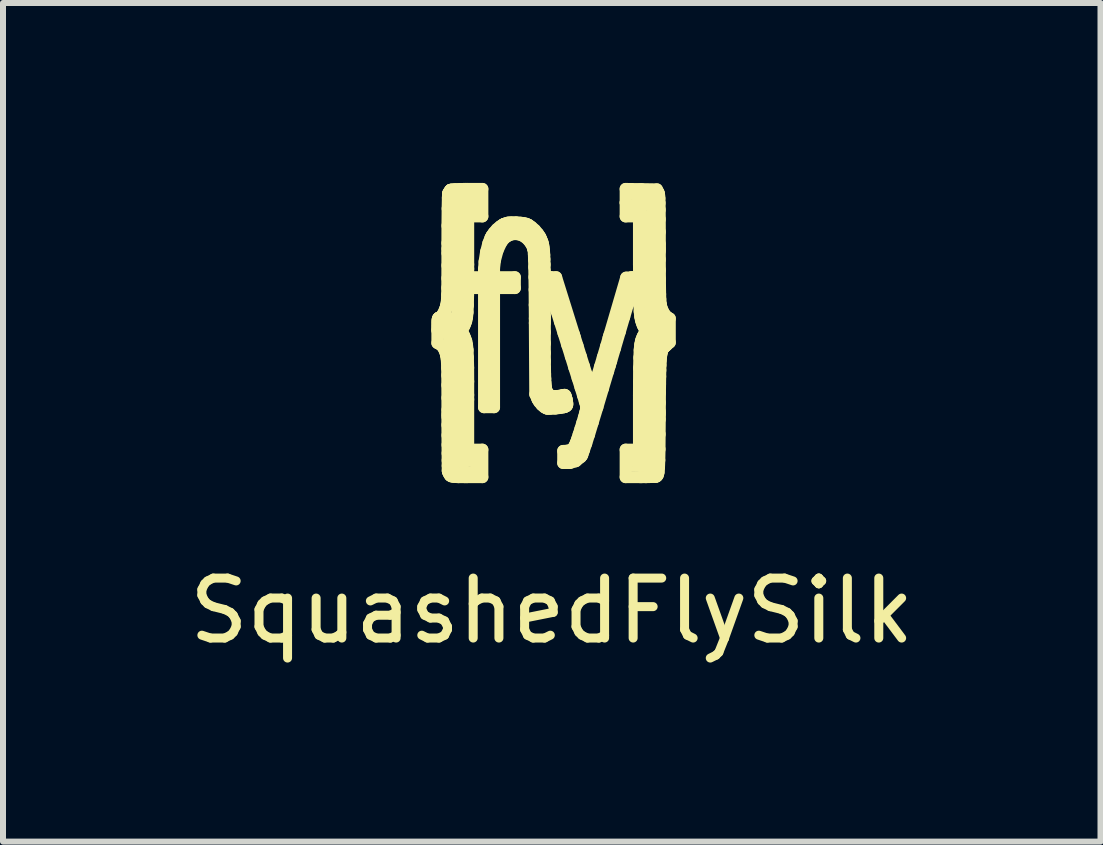
<source format=kicad_pcb>
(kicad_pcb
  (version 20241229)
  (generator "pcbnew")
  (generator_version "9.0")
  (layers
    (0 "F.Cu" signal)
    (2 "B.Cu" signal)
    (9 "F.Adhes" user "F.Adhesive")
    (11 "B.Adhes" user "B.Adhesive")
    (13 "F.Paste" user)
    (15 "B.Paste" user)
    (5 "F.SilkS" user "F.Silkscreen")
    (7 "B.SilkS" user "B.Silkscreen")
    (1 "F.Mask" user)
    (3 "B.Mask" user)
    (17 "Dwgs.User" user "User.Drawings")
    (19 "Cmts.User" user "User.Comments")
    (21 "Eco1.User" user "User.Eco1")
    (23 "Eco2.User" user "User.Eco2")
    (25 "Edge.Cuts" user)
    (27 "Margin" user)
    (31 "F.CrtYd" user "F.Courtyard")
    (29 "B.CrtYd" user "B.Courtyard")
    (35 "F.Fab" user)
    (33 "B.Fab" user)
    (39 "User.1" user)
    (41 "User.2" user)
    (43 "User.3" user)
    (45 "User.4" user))
  (footprint "SquashedFlySilk"
    (layer "F.Cu")
    (at 6.149 2.423)
    (property "Reference" "SquashedFlySilk" (at 0 4.71 0) (layer "F.SilkS") (effects (font (size 1 1) (thickness 0.15))))
    (attr board_only exclude_from_pos_files exclude_from_bom)
    (fp_line (start -1.907 0.023) (end -1.907 0.039) (stroke (width 0.2) (type solid)) (layer "F.SilkS"))
    (fp_line (start -1.907 0.039) (end -1.907 0.246) (stroke (width 0.2) (type solid)) (layer "F.SilkS"))
    (fp_line (start -1.907 0.246) (end -1.872 0.263) (stroke (width 0.2) (type solid)) (layer "F.SilkS"))
    (fp_line (start -1.907 -0.026) (end -1.907 0.023) (stroke (width 0.2) (type solid)) (layer "F.SilkS"))
    (fp_line (start -1.906 -0.075) (end -1.907 -0.026) (stroke (width 0.2) (type solid)) (layer "F.SilkS"))
    (fp_line (start -1.905 -0.113) (end -1.906 -0.075) (stroke (width 0.2) (type solid)) (layer "F.SilkS"))
    (fp_line (start -1.903 -0.139) (end -1.905 -0.113) (stroke (width 0.2) (type solid)) (layer "F.SilkS"))
    (fp_line (start -1.899 -0.156) (end -1.903 -0.139) (stroke (width 0.2) (type solid)) (layer "F.SilkS"))
    (fp_line (start -1.894 -0.167) (end -1.899 -0.156) (stroke (width 0.2) (type solid)) (layer "F.SilkS"))
    (fp_line (start -1.888 -0.174) (end -1.894 -0.167) (stroke (width 0.2) (type solid)) (layer "F.SilkS"))
    (fp_line (start -1.881 -0.177) (end -1.888 -0.174) (stroke (width 0.2) (type solid)) (layer "F.SilkS"))
    (fp_line (start -1.879 -0.177) (end -1.881 -0.177) (stroke (width 0.2) (type solid)) (layer "F.SilkS"))
    (fp_line (start -1.872 0.263) (end -1.863 0.267) (stroke (width 0.2) (type solid)) (layer "F.SilkS"))
    (fp_line (start -1.871 -0.18) (end -1.879 -0.177) (stroke (width 0.2) (type solid)) (layer "F.SilkS"))
    (fp_line (start -1.863 0.267) (end -1.84 0.285) (stroke (width 0.2) (type solid)) (layer "F.SilkS"))
    (fp_line (start -1.849 -0.197) (end -1.871 -0.18) (stroke (width 0.2) (type solid)) (layer "F.SilkS"))
    (fp_line (start -1.84 0.285) (end -1.811 0.322) (stroke (width 0.2) (type solid)) (layer "F.SilkS"))
    (fp_line (start -1.819 -0.234) (end -1.849 -0.197) (stroke (width 0.2) (type solid)) (layer "F.SilkS"))
    (fp_line (start -1.811 0.322) (end -1.785 0.373) (stroke (width 0.2) (type solid)) (layer "F.SilkS"))
    (fp_line (start -1.791 -0.288) (end -1.819 -0.234) (stroke (width 0.2) (type solid)) (layer "F.SilkS"))
    (fp_line (start -1.785 0.373) (end -1.767 0.423) (stroke (width 0.2) (type solid)) (layer "F.SilkS"))
    (fp_line (start -1.78 0.07) (end -1.71 0.32) (stroke (width 0.12) (type solid)) (layer "F.SilkS"))
    (fp_line (start -1.772 -0.337) (end -1.791 -0.288) (stroke (width 0.2) (type solid)) (layer "F.SilkS"))
    (fp_line (start -1.767 0.423) (end -1.762 0.439) (stroke (width 0.2) (type solid)) (layer "F.SilkS"))
    (fp_line (start -1.766 -0.354) (end -1.772 -0.337) (stroke (width 0.2) (type solid)) (layer "F.SilkS"))
    (fp_line (start -1.764 -0.361) (end -1.766 -0.354) (stroke (width 0.2) (type solid)) (layer "F.SilkS"))
    (fp_line (start -1.762 0.439) (end -1.76 0.446) (stroke (width 0.2) (type solid)) (layer "F.SilkS"))
    (fp_line (start -1.76 0.446) (end -1.756 0.468) (stroke (width 0.2) (type solid)) (layer "F.SilkS"))
    (fp_line (start -1.758 -0.384) (end -1.764 -0.361) (stroke (width 0.2) (type solid)) (layer "F.SilkS"))
    (fp_line (start -1.756 0.468) (end -1.751 0.51) (stroke (width 0.2) (type solid)) (layer "F.SilkS"))
    (fp_line (start -1.752 -0.422) (end -1.758 -0.384) (stroke (width 0.2) (type solid)) (layer "F.SilkS"))
    (fp_line (start -1.751 0.51) (end -1.747 0.572) (stroke (width 0.2) (type solid)) (layer "F.SilkS"))
    (fp_line (start -1.747 -0.477) (end -1.752 -0.422) (stroke (width 0.2) (type solid)) (layer "F.SilkS"))
    (fp_line (start -1.747 0.572) (end -1.744 0.661) (stroke (width 0.2) (type solid)) (layer "F.SilkS"))
    (fp_line (start -1.744 -0.558) (end -1.747 -0.477) (stroke (width 0.2) (type solid)) (layer "F.SilkS"))
    (fp_line (start -1.744 0.661) (end -1.742 0.784) (stroke (width 0.2) (type solid)) (layer "F.SilkS"))
    (fp_line (start -1.742 0.784) (end -1.741 0.948) (stroke (width 0.2) (type solid)) (layer "F.SilkS"))
    (fp_line (start -1.742 -0.674) (end -1.744 -0.558) (stroke (width 0.2) (type solid)) (layer "F.SilkS"))
    (fp_line (start -1.741 0.948) (end -1.74 1.16) (stroke (width 0.2) (type solid)) (layer "F.SilkS"))
    (fp_line (start -1.741 -0.834) (end -1.742 -0.674) (stroke (width 0.2) (type solid)) (layer "F.SilkS"))
    (fp_line (start -1.74 -1.047) (end -1.741 -0.834) (stroke (width 0.2) (type solid)) (layer "F.SilkS"))
    (fp_line (start -1.74 1.16) (end -1.74 1.361) (stroke (width 0.2) (type solid)) (layer "F.SilkS"))
    (fp_line (start -1.74 -1.42) (end -1.74 -1.323) (stroke (width 0.2) (type solid)) (layer "F.SilkS"))
    (fp_line (start -1.74 -1.323) (end -1.74 -1.254) (stroke (width 0.2) (type solid)) (layer "F.SilkS"))
    (fp_line (start -1.74 -1.254) (end -1.74 -1.047) (stroke (width 0.2) (type solid)) (layer "F.SilkS"))
    (fp_line (start -1.74 1.361) (end -1.74 1.428) (stroke (width 0.2) (type solid)) (layer "F.SilkS"))
    (fp_line (start -1.74 1.428) (end -1.74 1.474) (stroke (width 0.2) (type solid)) (layer "F.SilkS"))
    (fp_line (start -1.74 1.474) (end -1.74 1.612) (stroke (width 0.2) (type solid)) (layer "F.SilkS"))
    (fp_line (start -1.74 1.612) (end -1.739 1.785) (stroke (width 0.2) (type solid)) (layer "F.SilkS"))
    (fp_line (start -1.739 1.785) (end -1.738 1.944) (stroke (width 0.2) (type solid)) (layer "F.SilkS"))
    (fp_line (start -1.739 -1.71) (end -1.74 -1.42) (stroke (width 0.2) (type solid)) (layer "F.SilkS"))
    (fp_line (start -1.738 1.944) (end -1.737 2.084) (stroke (width 0.2) (type solid)) (layer "F.SilkS"))
    (fp_line (start -1.737 2.084) (end -1.736 2.202) (stroke (width 0.2) (type solid)) (layer "F.SilkS"))
    (fp_line (start -1.736 -1.995) (end -1.739 -1.71) (stroke (width 0.2) (type solid)) (layer "F.SilkS"))
    (fp_line (start -1.736 2.202) (end -1.735 2.294) (stroke (width 0.2) (type solid)) (layer "F.SilkS"))
    (fp_line (start -1.735 2.294) (end -1.733 2.355) (stroke (width 0.2) (type solid)) (layer "F.SilkS"))
    (fp_line (start -1.733 2.355) (end -1.733 2.376) (stroke (width 0.2) (type solid)) (layer "F.SilkS"))
    (fp_line (start -1.733 2.376) (end -1.732 2.382) (stroke (width 0.2) (type solid)) (layer "F.SilkS"))
    (fp_line (start -1.732 -2.176) (end -1.736 -1.995) (stroke (width 0.2) (type solid)) (layer "F.SilkS"))
    (fp_line (start -1.732 2.382) (end -1.731 2.388) (stroke (width 0.2) (type solid)) (layer "F.SilkS"))
    (fp_line (start -1.731 2.388) (end -1.718 2.421) (stroke (width 0.2) (type solid)) (layer "F.SilkS"))
    (fp_line (start -1.728 -2.243) (end -1.732 -2.176) (stroke (width 0.2) (type solid)) (layer "F.SilkS"))
    (fp_line (start -1.726 -2.25) (end -1.728 -2.243) (stroke (width 0.2) (type solid)) (layer "F.SilkS"))
    (fp_line (start -1.724 -2.255) (end -1.726 -2.25) (stroke (width 0.2) (type solid)) (layer "F.SilkS"))
    (fp_line (start -1.718 2.421) (end -1.699 2.449) (stroke (width 0.2) (type solid)) (layer "F.SilkS"))
    (fp_line (start -1.71 0.32) (end -1.67 -0.2) (stroke (width 0.12) (type solid)) (layer "F.SilkS"))
    (fp_line (start -1.709 -2.282) (end -1.724 -2.255) (stroke (width 0.2) (type solid)) (layer "F.SilkS"))
    (fp_line (start -1.699 2.449) (end -1.696 2.453) (stroke (width 0.2) (type solid)) (layer "F.SilkS"))
    (fp_line (start -1.696 2.453) (end -1.691 2.458) (stroke (width 0.2) (type solid)) (layer "F.SilkS"))
    (fp_line (start -1.692 -2.304) (end -1.709 -2.282) (stroke (width 0.2) (type solid)) (layer "F.SilkS"))
    (fp_line (start -1.691 2.458) (end -1.675 2.469) (stroke (width 0.2) (type solid)) (layer "F.SilkS"))
    (fp_line (start -1.689 -2.307) (end -1.692 -2.304) (stroke (width 0.2) (type solid)) (layer "F.SilkS"))
    (fp_line (start -1.689 -2.307) (end -1.689 -2.307) (stroke (width 0.2) (type solid)) (layer "F.SilkS"))
    (fp_line (start -1.684 -2.309) (end -1.689 -2.307) (stroke (width 0.2) (type solid)) (layer "F.SilkS"))
    (fp_line (start -1.675 2.469) (end -1.635 2.478) (stroke (width 0.2) (type solid)) (layer "F.SilkS"))
    (fp_line (start -1.67 -0.2) (end -1.67 0.61) (stroke (width 0.12) (type solid)) (layer "F.SilkS"))
    (fp_line (start -1.664 -2.314) (end -1.684 -2.309) (stroke (width 0.2) (type solid)) (layer "F.SilkS"))
    (fp_line (start -1.635 2.478) (end -1.556 2.482) (stroke (width 0.2) (type solid)) (layer "F.SilkS"))
    (fp_line (start -1.62 -2.19) (end -1.6 2.38) (stroke (width 0.12) (type solid)) (layer "F.SilkS"))
    (fp_line (start -1.612 -2.319) (end -1.664 -2.314) (stroke (width 0.2) (type solid)) (layer "F.SilkS"))
    (fp_line (start -1.6 2.38) (end -1.28 2.35) (stroke (width 0.12) (type solid)) (layer "F.SilkS"))
    (fp_line (start -1.556 2.482) (end -1.449 2.482) (stroke (width 0.2) (type solid)) (layer "F.SilkS"))
    (fp_line (start -1.529 -2.322) (end -1.612 -2.319) (stroke (width 0.2) (type solid)) (layer "F.SilkS"))
    (fp_line (start -1.52 -2.1) (end -1.46 -2) (stroke (width 0.12) (type solid)) (layer "F.SilkS"))
    (fp_line (start -1.52 2.18) (end -1.52 -2.1) (stroke (width 0.12) (type solid)) (layer "F.SilkS"))
    (fp_line (start -1.504 0.041) (end -1.469 -0.02) (stroke (width 0.2) (type solid)) (layer "F.SilkS"))
    (fp_line (start -1.5 2.14) (end -1.5 2.28) (stroke (width 0.12) (type solid)) (layer "F.SilkS"))
    (fp_line (start -1.5 2.28) (end -1.35 2.24) (stroke (width 0.12) (type solid)) (layer "F.SilkS"))
    (fp_line (start -1.47 -2.2) (end -1.62 -2.19) (stroke (width 0.12) (type solid)) (layer "F.SilkS"))
    (fp_line (start -1.469 -0.02) (end -1.463 -0.032) (stroke (width 0.2) (type solid)) (layer "F.SilkS"))
    (fp_line (start -1.469 0.109) (end -1.504 0.041) (stroke (width 0.2) (type solid)) (layer "F.SilkS"))
    (fp_line (start -1.463 -0.032) (end -1.445 -0.067) (stroke (width 0.2) (type solid)) (layer "F.SilkS"))
    (fp_line (start -1.463 0.121) (end -1.469 0.109) (stroke (width 0.2) (type solid)) (layer "F.SilkS"))
    (fp_line (start -1.46 -2) (end -1.78 0.07) (stroke (width 0.12) (type solid)) (layer "F.SilkS"))
    (fp_line (start -1.45 2.21) (end -1.52 2.18) (stroke (width 0.12) (type solid)) (layer "F.SilkS"))
    (fp_line (start -1.449 2.482) (end -1.414 2.482) (stroke (width 0.2) (type solid)) (layer "F.SilkS"))
    (fp_line (start -1.445 -0.067) (end -1.427 -0.116) (stroke (width 0.2) (type solid)) (layer "F.SilkS"))
    (fp_line (start -1.445 0.159) (end -1.463 0.121) (stroke (width 0.2) (type solid)) (layer "F.SilkS"))
    (fp_line (start -1.44 -2.323) (end -1.529 -2.322) (stroke (width 0.2) (type solid)) (layer "F.SilkS"))
    (fp_line (start -1.427 -0.116) (end -1.413 -0.179) (stroke (width 0.2) (type solid)) (layer "F.SilkS"))
    (fp_line (start -1.426 0.211) (end -1.445 0.159) (stroke (width 0.2) (type solid)) (layer "F.SilkS"))
    (fp_line (start -1.414 2.482) (end -1.157 2.482) (stroke (width 0.2) (type solid)) (layer "F.SilkS"))
    (fp_line (start -1.413 -0.179) (end -1.404 -0.265) (stroke (width 0.2) (type solid)) (layer "F.SilkS"))
    (fp_line (start -1.413 0.275) (end -1.426 0.211) (stroke (width 0.2) (type solid)) (layer "F.SilkS"))
    (fp_line (start -1.411 -2.323) (end -1.44 -2.323) (stroke (width 0.2) (type solid)) (layer "F.SilkS"))
    (fp_line (start -1.404 -0.265) (end -1.398 -0.386) (stroke (width 0.2) (type solid)) (layer "F.SilkS"))
    (fp_line (start -1.403 0.363) (end -1.413 0.275) (stroke (width 0.2) (type solid)) (layer "F.SilkS"))
    (fp_line (start -1.398 -0.386) (end -1.395 -0.553) (stroke (width 0.2) (type solid)) (layer "F.SilkS"))
    (fp_line (start -1.398 0.487) (end -1.403 0.363) (stroke (width 0.2) (type solid)) (layer "F.SilkS"))
    (fp_line (start -1.395 -0.553) (end -1.393 -0.775) (stroke (width 0.2) (type solid)) (layer "F.SilkS"))
    (fp_line (start -1.394 0.658) (end -1.398 0.487) (stroke (width 0.2) (type solid)) (layer "F.SilkS"))
    (fp_line (start -1.393 -0.775) (end -1.393 -0.991) (stroke (width 0.2) (type solid)) (layer "F.SilkS"))
    (fp_line (start -1.393 0.887) (end -1.394 0.658) (stroke (width 0.2) (type solid)) (layer "F.SilkS"))
    (fp_line (start -1.393 -1.865) (end -1.157 -1.865) (stroke (width 0.2) (type solid)) (layer "F.SilkS"))
    (fp_line (start -1.393 -1.063) (end -1.393 -1.865) (stroke (width 0.2) (type solid)) (layer "F.SilkS"))
    (fp_line (start -1.393 -0.991) (end -1.393 -1.063) (stroke (width 0.2) (type solid)) (layer "F.SilkS"))
    (fp_line (start -1.393 1.112) (end -1.393 0.887) (stroke (width 0.2) (type solid)) (layer "F.SilkS"))
    (fp_line (start -1.393 1.187) (end -1.393 1.112) (stroke (width 0.2) (type solid)) (layer "F.SilkS"))
    (fp_line (start -1.393 2.024) (end -1.393 1.187) (stroke (width 0.2) (type solid)) (layer "F.SilkS"))
    (fp_line (start -1.39 -1.95) (end -1.47 -2.2) (stroke (width 0.12) (type solid)) (layer "F.SilkS"))
    (fp_line (start -1.38 -2.29) (end -1.39 -1.95) (stroke (width 0.12) (type solid)) (layer "F.SilkS"))
    (fp_line (start -1.351 -0.851) (end -1.351 -0.67) (stroke (width 0.2) (type solid)) (layer "F.SilkS"))
    (fp_line (start -1.351 -0.67) (end -1.129 -0.67) (stroke (width 0.2) (type solid)) (layer "F.SilkS"))
    (fp_line (start -1.35 2.24) (end -1.45 2.21) (stroke (width 0.12) (type solid)) (layer "F.SilkS"))
    (fp_line (start -1.29 -2.27) (end -1.29 -1.98) (stroke (width 0.12) (type solid)) (layer "F.SilkS"))
    (fp_line (start -1.29 -1.98) (end -1.38 -2.29) (stroke (width 0.12) (type solid)) (layer "F.SilkS"))
    (fp_line (start -1.28 2.14) (end -1.5 2.14) (stroke (width 0.12) (type solid)) (layer "F.SilkS"))
    (fp_line (start -1.28 2.35) (end -1.28 2.14) (stroke (width 0.12) (type solid)) (layer "F.SilkS"))
    (fp_line (start -1.157 -2.323) (end -1.411 -2.323) (stroke (width 0.2) (type solid)) (layer "F.SilkS"))
    (fp_line (start -1.157 -1.865) (end -1.157 -2.323) (stroke (width 0.2) (type solid)) (layer "F.SilkS"))
    (fp_line (start -1.157 2.024) (end -1.393 2.024) (stroke (width 0.2) (type solid)) (layer "F.SilkS"))
    (fp_line (start -1.157 2.482) (end -1.157 2.024) (stroke (width 0.2) (type solid)) (layer "F.SilkS"))
    (fp_line (start -1.129 -0.987) (end -1.129 -0.945) (stroke (width 0.2) (type solid)) (layer "F.SilkS"))
    (fp_line (start -1.129 -0.945) (end -1.129 -0.851) (stroke (width 0.2) (type solid)) (layer "F.SilkS"))
    (fp_line (start -1.129 -0.851) (end -1.351 -0.851) (stroke (width 0.2) (type solid)) (layer "F.SilkS"))
    (fp_line (start -1.129 -0.67) (end -1.129 1.316) (stroke (width 0.2) (type solid)) (layer "F.SilkS"))
    (fp_line (start -1.129 1.316) (end -0.962 1.316) (stroke (width 0.2) (type solid)) (layer "F.SilkS"))
    (fp_line (start -1.12 -1.111) (end -1.129 -0.987) (stroke (width 0.2) (type solid)) (layer "F.SilkS"))
    (fp_line (start -1.095 -1.273) (end -1.12 -1.111) (stroke (width 0.2) (type solid)) (layer "F.SilkS"))
    (fp_line (start -1.057 -1.418) (end -1.095 -1.273) (stroke (width 0.2) (type solid)) (layer "F.SilkS"))
    (fp_line (start -1.04 -0.91) (end -0.88 -1.55) (stroke (width 0.12) (type solid)) (layer "F.SilkS"))
    (fp_line (start -1.03 -0.5) (end -1.04 -0.91) (stroke (width 0.12) (type solid)) (layer "F.SilkS"))
    (fp_line (start -1.023 -1.505) (end -1.057 -1.418) (stroke (width 0.2) (type solid)) (layer "F.SilkS"))
    (fp_line (start -1.008 -1.532) (end -1.023 -1.505) (stroke (width 0.2) (type solid)) (layer "F.SilkS"))
    (fp_line (start -0.999 -1.549) (end -1.008 -1.532) (stroke (width 0.2) (type solid)) (layer "F.SilkS"))
    (fp_line (start -0.965 -1.597) (end -0.999 -1.549) (stroke (width 0.2) (type solid)) (layer "F.SilkS"))
    (fp_line (start -0.962 -0.999) (end -0.947 -1.133) (stroke (width 0.2) (type solid)) (layer "F.SilkS"))
    (fp_line (start -0.962 -0.954) (end -0.962 -0.999) (stroke (width 0.2) (type solid)) (layer "F.SilkS"))
    (fp_line (start -0.962 -0.851) (end -0.962 -0.954) (stroke (width 0.2) (type solid)) (layer "F.SilkS"))
    (fp_line (start -0.962 -0.67) (end -0.615 -0.67) (stroke (width 0.2) (type solid)) (layer "F.SilkS"))
    (fp_line (start -0.962 1.316) (end -0.962 -0.67) (stroke (width 0.2) (type solid)) (layer "F.SilkS"))
    (fp_line (start -0.947 -1.133) (end -0.903 -1.298) (stroke (width 0.2) (type solid)) (layer "F.SilkS"))
    (fp_line (start -0.916 -1.653) (end -0.965 -1.597) (stroke (width 0.2) (type solid)) (layer "F.SilkS"))
    (fp_line (start -0.903 -1.298) (end -0.839 -1.434) (stroke (width 0.2) (type solid)) (layer "F.SilkS"))
    (fp_line (start -0.88 -1.55) (end -0.66 -1.66) (stroke (width 0.12) (type solid)) (layer "F.SilkS"))
    (fp_line (start -0.861 -1.7) (end -0.916 -1.653) (stroke (width 0.2) (type solid)) (layer "F.SilkS"))
    (fp_line (start -0.839 -1.434) (end -0.782 -1.506) (stroke (width 0.2) (type solid)) (layer "F.SilkS"))
    (fp_line (start -0.818 -1.728) (end -0.861 -1.7) (stroke (width 0.2) (type solid)) (layer "F.SilkS"))
    (fp_line (start -0.802 -1.736) (end -0.818 -1.728) (stroke (width 0.2) (type solid)) (layer "F.SilkS"))
    (fp_line (start -0.802 -1.736) (end -0.802 -1.736) (stroke (width 0.2) (type solid)) (layer "F.SilkS"))
    (fp_line (start -0.792 -1.74) (end -0.802 -1.736) (stroke (width 0.2) (type solid)) (layer "F.SilkS"))
    (fp_line (start -0.782 -1.506) (end -0.758 -1.523) (stroke (width 0.2) (type solid)) (layer "F.SilkS"))
    (fp_line (start -0.761 -1.753) (end -0.792 -1.74) (stroke (width 0.2) (type solid)) (layer "F.SilkS"))
    (fp_line (start -0.758 -1.523) (end -0.744 -1.533) (stroke (width 0.2) (type solid)) (layer "F.SilkS"))
    (fp_line (start -0.744 -1.533) (end -0.695 -1.556) (stroke (width 0.2) (type solid)) (layer "F.SilkS"))
    (fp_line (start -0.722 -1.763) (end -0.761 -1.753) (stroke (width 0.2) (type solid)) (layer "F.SilkS"))
    (fp_line (start -0.695 -1.556) (end -0.629 -1.571) (stroke (width 0.2) (type solid)) (layer "F.SilkS"))
    (fp_line (start -0.671 -1.766) (end -0.722 -1.763) (stroke (width 0.2) (type solid)) (layer "F.SilkS"))
    (fp_line (start -0.66 -1.66) (end -0.53 -1.73) (stroke (width 0.12) (type solid)) (layer "F.SilkS"))
    (fp_line (start -0.629 -1.571) (end -0.563 -1.568) (stroke (width 0.2) (type solid)) (layer "F.SilkS"))
    (fp_line (start -0.615 -0.851) (end -0.962 -0.851) (stroke (width 0.2) (type solid)) (layer "F.SilkS"))
    (fp_line (start -0.615 -0.67) (end -0.615 -0.851) (stroke (width 0.2) (type solid)) (layer "F.SilkS"))
    (fp_line (start -0.613 -1.764) (end -0.671 -1.766) (stroke (width 0.2) (type solid)) (layer "F.SilkS"))
    (fp_line (start -0.594 -1.763) (end -0.613 -1.764) (stroke (width 0.2) (type solid)) (layer "F.SilkS"))
    (fp_line (start -0.577 -1.763) (end -0.594 -1.763) (stroke (width 0.2) (type solid)) (layer "F.SilkS"))
    (fp_line (start -0.563 -1.568) (end -0.499 -1.549) (stroke (width 0.2) (type solid)) (layer "F.SilkS"))
    (fp_line (start -0.53 -1.73) (end -0.33 -1.53) (stroke (width 0.12) (type solid)) (layer "F.SilkS"))
    (fp_line (start -0.524 -1.76) (end -0.577 -1.763) (stroke (width 0.2) (type solid)) (layer "F.SilkS"))
    (fp_line (start -0.499 -1.549) (end -0.439 -1.514) (stroke (width 0.2) (type solid)) (layer "F.SilkS"))
    (fp_line (start -0.471 -1.754) (end -0.524 -1.76) (stroke (width 0.2) (type solid)) (layer "F.SilkS"))
    (fp_line (start -0.439 -1.514) (end -0.386 -1.464) (stroke (width 0.2) (type solid)) (layer "F.SilkS"))
    (fp_line (start -0.431 -1.744) (end -0.471 -1.754) (stroke (width 0.2) (type solid)) (layer "F.SilkS"))
    (fp_line (start -0.404 -1.733) (end -0.431 -1.744) (stroke (width 0.2) (type solid)) (layer "F.SilkS"))
    (fp_line (start -0.396 -1.729) (end -0.404 -1.733) (stroke (width 0.2) (type solid)) (layer "F.SilkS"))
    (fp_line (start -0.386 -1.464) (end -0.341 -1.4) (stroke (width 0.2) (type solid)) (layer "F.SilkS"))
    (fp_line (start -0.38 -1.721) (end -0.396 -1.729) (stroke (width 0.2) (type solid)) (layer "F.SilkS"))
    (fp_line (start -0.341 -1.4) (end -0.313 -1.343) (stroke (width 0.2) (type solid)) (layer "F.SilkS"))
    (fp_line (start -0.336 -1.69) (end -0.38 -1.721) (stroke (width 0.2) (type solid)) (layer "F.SilkS"))
    (fp_line (start -0.33 -1.53) (end -0.18 1.11) (stroke (width 0.12) (type solid)) (layer "F.SilkS"))
    (fp_line (start -0.313 -1.343) (end -0.307 -1.323) (stroke (width 0.2) (type solid)) (layer "F.SilkS"))
    (fp_line (start -0.307 -1.323) (end -0.304 -1.317) (stroke (width 0.2) (type solid)) (layer "F.SilkS"))
    (fp_line (start -0.304 -1.317) (end -0.302 -1.296) (stroke (width 0.2) (type solid)) (layer "F.SilkS"))
    (fp_line (start -0.302 -1.296) (end -0.298 -1.237) (stroke (width 0.2) (type solid)) (layer "F.SilkS"))
    (fp_line (start -0.298 -1.237) (end -0.295 -1.146) (stroke (width 0.2) (type solid)) (layer "F.SilkS"))
    (fp_line (start -0.295 -1.146) (end -0.292 -1.019) (stroke (width 0.2) (type solid)) (layer "F.SilkS"))
    (fp_line (start -0.292 -1.019) (end -0.289 -0.852) (stroke (width 0.2) (type solid)) (layer "F.SilkS"))
    (fp_line (start -0.289 -0.852) (end -0.286 -0.643) (stroke (width 0.2) (type solid)) (layer "F.SilkS"))
    (fp_line (start -0.286 -0.643) (end -0.284 -0.389) (stroke (width 0.2) (type solid)) (layer "F.SilkS"))
    (fp_line (start -0.284 -0.389) (end -0.282 -0.163) (stroke (width 0.2) (type solid)) (layer "F.SilkS"))
    (fp_line (start -0.282 -0.163) (end -0.282 -0.087) (stroke (width 0.2) (type solid)) (layer "F.SilkS"))
    (fp_line (start -0.282 -0.087) (end -0.275 1.1) (stroke (width 0.2) (type solid)) (layer "F.SilkS"))
    (fp_line (start -0.28 -1.64) (end -0.336 -1.69) (stroke (width 0.2) (type solid)) (layer "F.SilkS"))
    (fp_line (start -0.275 1.1) (end -0.241 1.174) (stroke (width 0.2) (type solid)) (layer "F.SilkS"))
    (fp_line (start -0.241 1.174) (end -0.235 1.189) (stroke (width 0.2) (type solid)) (layer "F.SilkS"))
    (fp_line (start -0.235 1.189) (end -0.209 1.231) (stroke (width 0.2) (type solid)) (layer "F.SilkS"))
    (fp_line (start -0.231 -1.582) (end -0.28 -1.64) (stroke (width 0.2) (type solid)) (layer "F.SilkS"))
    (fp_line (start -0.209 1.231) (end -0.168 1.28) (stroke (width 0.2) (type solid)) (layer "F.SilkS"))
    (fp_line (start -0.201 -1.537) (end -0.231 -1.582) (stroke (width 0.2) (type solid)) (layer "F.SilkS"))
    (fp_line (start -0.193 -1.52) (end -0.201 -1.537) (stroke (width 0.2) (type solid)) (layer "F.SilkS"))
    (fp_line (start -0.189 -1.514) (end -0.193 -1.52) (stroke (width 0.2) (type solid)) (layer "F.SilkS"))
    (fp_line (start -0.18 1.11) (end 0 1.27) (stroke (width 0.12) (type solid)) (layer "F.SilkS"))
    (fp_line (start -0.179 -1.493) (end -0.189 -1.514) (stroke (width 0.2) (type solid)) (layer "F.SilkS"))
    (fp_line (start -0.168 1.28) (end -0.123 1.318) (stroke (width 0.2) (type solid)) (layer "F.SilkS"))
    (fp_line (start -0.168 -1.467) (end -0.179 -1.493) (stroke (width 0.2) (type solid)) (layer "F.SilkS"))
    (fp_line (start -0.157 -1.44) (end -0.168 -1.467) (stroke (width 0.2) (type solid)) (layer "F.SilkS"))
    (fp_line (start -0.148 -1.41) (end -0.157 -1.44) (stroke (width 0.2) (type solid)) (layer "F.SilkS"))
    (fp_line (start -0.141 -1.375) (end -0.148 -1.41) (stroke (width 0.2) (type solid)) (layer "F.SilkS"))
    (fp_line (start -0.135 -1.333) (end -0.141 -1.375) (stroke (width 0.2) (type solid)) (layer "F.SilkS"))
    (fp_line (start -0.129 -1.283) (end -0.135 -1.333) (stroke (width 0.2) (type solid)) (layer "F.SilkS"))
    (fp_line (start -0.125 -1.223) (end -0.129 -1.283) (stroke (width 0.2) (type solid)) (layer "F.SilkS"))
    (fp_line (start -0.123 1.318) (end -0.091 1.335) (stroke (width 0.2) (type solid)) (layer "F.SilkS"))
    (fp_line (start -0.122 -1.151) (end -0.125 -1.223) (stroke (width 0.2) (type solid)) (layer "F.SilkS"))
    (fp_line (start -0.119 -1.064) (end -0.122 -1.151) (stroke (width 0.2) (type solid)) (layer "F.SilkS"))
    (fp_line (start -0.118 -0.962) (end -0.119 -1.064) (stroke (width 0.2) (type solid)) (layer "F.SilkS"))
    (fp_line (start -0.116 -0.841) (end -0.118 -0.962) (stroke (width 0.2) (type solid)) (layer "F.SilkS"))
    (fp_line (start -0.116 -0.701) (end -0.116 -0.841) (stroke (width 0.2) (type solid)) (layer "F.SilkS"))
    (fp_line (start -0.115 -0.54) (end -0.116 -0.701) (stroke (width 0.2) (type solid)) (layer "F.SilkS"))
    (fp_line (start -0.115 -0.355) (end -0.115 -0.54) (stroke (width 0.2) (type solid)) (layer "F.SilkS"))
    (fp_line (start -0.115 -0.198) (end -0.115 -0.355) (stroke (width 0.2) (type solid)) (layer "F.SilkS"))
    (fp_line (start -0.115 -0.145) (end -0.115 -0.198) (stroke (width 0.2) (type solid)) (layer "F.SilkS"))
    (fp_line (start -0.115 -0.093) (end -0.115 -0.145) (stroke (width 0.2) (type solid)) (layer "F.SilkS"))
    (fp_line (start -0.115 0.066) (end -0.115 -0.093) (stroke (width 0.2) (type solid)) (layer "F.SilkS"))
    (fp_line (start -0.115 0.25) (end -0.115 0.066) (stroke (width 0.2) (type solid)) (layer "F.SilkS"))
    (fp_line (start -0.115 0.41) (end -0.115 0.25) (stroke (width 0.2) (type solid)) (layer "F.SilkS"))
    (fp_line (start -0.114 0.548) (end -0.115 0.41) (stroke (width 0.2) (type solid)) (layer "F.SilkS"))
    (fp_line (start -0.113 0.664) (end -0.114 0.548) (stroke (width 0.2) (type solid)) (layer "F.SilkS"))
    (fp_line (start -0.111 0.762) (end -0.113 0.664) (stroke (width 0.2) (type solid)) (layer "F.SilkS"))
    (fp_line (start -0.108 0.842) (end -0.111 0.762) (stroke (width 0.2) (type solid)) (layer "F.SilkS"))
    (fp_line (start -0.105 0.908) (end -0.108 0.842) (stroke (width 0.2) (type solid)) (layer "F.SilkS"))
    (fp_line (start -0.101 0.96) (end -0.105 0.908) (stroke (width 0.2) (type solid)) (layer "F.SilkS"))
    (fp_line (start -0.097 -0.832) (end -0.096 -0.83) (stroke (width 0.2) (type solid)) (layer "F.SilkS"))
    (fp_line (start -0.096 -0.84) (end -0.097 -0.832) (stroke (width 0.2) (type solid)) (layer "F.SilkS"))
    (fp_line (start -0.096 -0.83) (end -0.096 -0.83) (stroke (width 0.2) (type solid)) (layer "F.SilkS"))
    (fp_line (start -0.096 -0.83) (end -0.092 -0.82) (stroke (width 0.2) (type solid)) (layer "F.SilkS"))
    (fp_line (start -0.095 1) (end -0.101 0.96) (stroke (width 0.2) (type solid)) (layer "F.SilkS"))
    (fp_line (start -0.092 -0.82) (end -0.081 -0.789) (stroke (width 0.2) (type solid)) (layer "F.SilkS"))
    (fp_line (start -0.091 1.335) (end -0.079 1.338) (stroke (width 0.2) (type solid)) (layer "F.SilkS"))
    (fp_line (start -0.089 1.031) (end -0.095 1) (stroke (width 0.2) (type solid)) (layer "F.SilkS"))
    (fp_line (start -0.086 -0.847) (end -0.096 -0.84) (stroke (width 0.2) (type solid)) (layer "F.SilkS"))
    (fp_line (start -0.081 -0.789) (end -0.055 -0.709) (stroke (width 0.2) (type solid)) (layer "F.SilkS"))
    (fp_line (start -0.081 1.055) (end -0.089 1.031) (stroke (width 0.2) (type solid)) (layer "F.SilkS"))
    (fp_line (start -0.079 1.338) (end -0.067 1.341) (stroke (width 0.2) (type solid)) (layer "F.SilkS"))
    (fp_line (start -0.072 1.072) (end -0.081 1.055) (stroke (width 0.2) (type solid)) (layer "F.SilkS"))
    (fp_line (start -0.07 1.23) (end 0.17 1.23) (stroke (width 0.12) (type solid)) (layer "F.SilkS"))
    (fp_line (start -0.067 1.341) (end -0.023 1.342) (stroke (width 0.2) (type solid)) (layer "F.SilkS"))
    (fp_line (start -0.061 1.086) (end -0.072 1.072) (stroke (width 0.2) (type solid)) (layer "F.SilkS"))
    (fp_line (start -0.06 -0.85) (end -0.086 -0.847) (stroke (width 0.2) (type solid)) (layer "F.SilkS"))
    (fp_line (start -0.055 -0.709) (end -0.018 -0.595) (stroke (width 0.2) (type solid)) (layer "F.SilkS"))
    (fp_line (start -0.049 1.097) (end -0.061 1.086) (stroke (width 0.2) (type solid)) (layer "F.SilkS"))
    (fp_line (start -0.038 1.106) (end -0.049 1.097) (stroke (width 0.2) (type solid)) (layer "F.SilkS"))
    (fp_line (start -0.034 1.109) (end -0.038 1.106) (stroke (width 0.2) (type solid)) (layer "F.SilkS"))
    (fp_line (start -0.029 1.113) (end -0.034 1.109) (stroke (width 0.2) (type solid)) (layer "F.SilkS"))
    (fp_line (start -0.027 -0.851) (end -0.06 -0.85) (stroke (width 0.2) (type solid)) (layer "F.SilkS"))
    (fp_line (start -0.023 1.342) (end 0.058 1.339) (stroke (width 0.2) (type solid)) (layer "F.SilkS"))
    (fp_line (start -0.018 -0.595) (end 0.027 -0.453) (stroke (width 0.2) (type solid)) (layer "F.SilkS"))
    (fp_line (start -0.016 -0.851) (end -0.027 -0.851) (stroke (width 0.2) (type solid)) (layer "F.SilkS"))
    (fp_line (start -0.012 1.123) (end -0.029 1.113) (stroke (width 0.2) (type solid)) (layer "F.SilkS"))
    (fp_line (start 0 1.27) (end -0.07 1.23) (stroke (width 0.12) (type solid)) (layer "F.SilkS"))
    (fp_line (start 0.01 1.131) (end -0.012 1.123) (stroke (width 0.2) (type solid)) (layer "F.SilkS"))
    (fp_line (start 0.027 -0.453) (end 0.079 -0.29) (stroke (width 0.2) (type solid)) (layer "F.SilkS"))
    (fp_line (start 0.039 1.133) (end 0.01 1.131) (stroke (width 0.2) (type solid)) (layer "F.SilkS"))
    (fp_line (start 0.058 1.339) (end 0.142 1.328) (stroke (width 0.2) (type solid)) (layer "F.SilkS"))
    (fp_line (start 0.069 1.132) (end 0.039 1.133) (stroke (width 0.2) (type solid)) (layer "F.SilkS"))
    (fp_line (start 0.073 -0.851) (end -0.016 -0.851) (stroke (width 0.2) (type solid)) (layer "F.SilkS"))
    (fp_line (start 0.079 -0.29) (end 0.136 -0.11) (stroke (width 0.2) (type solid)) (layer "F.SilkS"))
    (fp_line (start 0.079 1.131) (end 0.069 1.132) (stroke (width 0.2) (type solid)) (layer "F.SilkS"))
    (fp_line (start 0.09 1.13) (end 0.079 1.131) (stroke (width 0.2) (type solid)) (layer "F.SilkS"))
    (fp_line (start 0.136 -0.11) (end 0.196 0.08) (stroke (width 0.2) (type solid)) (layer "F.SilkS"))
    (fp_line (start 0.142 1.328) (end 0.192 1.319) (stroke (width 0.2) (type solid)) (layer "F.SilkS"))
    (fp_line (start 0.144 1.123) (end 0.09 1.13) (stroke (width 0.2) (type solid)) (layer "F.SilkS"))
    (fp_line (start 0.17 1.23) (end 0.17 1.27) (stroke (width 0.12) (type solid)) (layer "F.SilkS"))
    (fp_line (start 0.17 1.27) (end 0.26 1.18) (stroke (width 0.12) (type solid)) (layer "F.SilkS"))
    (fp_line (start 0.187 1.115) (end 0.144 1.123) (stroke (width 0.2) (type solid)) (layer "F.SilkS"))
    (fp_line (start 0.191 2.045) (end 0.191 2.246) (stroke (width 0.2) (type solid)) (layer "F.SilkS"))
    (fp_line (start 0.191 2.246) (end 0.271 2.246) (stroke (width 0.2) (type solid)) (layer "F.SilkS"))
    (fp_line (start 0.192 1.114) (end 0.187 1.115) (stroke (width 0.2) (type solid)) (layer "F.SilkS"))
    (fp_line (start 0.192 1.319) (end 0.209 1.314) (stroke (width 0.2) (type solid)) (layer "F.SilkS"))
    (fp_line (start 0.196 0.08) (end 0.257 0.275) (stroke (width 0.2) (type solid)) (layer "F.SilkS"))
    (fp_line (start 0.197 1.113) (end 0.192 1.114) (stroke (width 0.2) (type solid)) (layer "F.SilkS"))
    (fp_line (start 0.209 1.314) (end 0.213 1.313) (stroke (width 0.2) (type solid)) (layer "F.SilkS"))
    (fp_line (start 0.213 1.11) (end 0.197 1.113) (stroke (width 0.2) (type solid)) (layer "F.SilkS"))
    (fp_line (start 0.213 1.313) (end 0.227 1.307) (stroke (width 0.2) (type solid)) (layer "F.SilkS"))
    (fp_line (start 0.226 1.116) (end 0.213 1.11) (stroke (width 0.2) (type solid)) (layer "F.SilkS"))
    (fp_line (start 0.227 1.307) (end 0.242 1.3) (stroke (width 0.2) (type solid)) (layer "F.SilkS"))
    (fp_line (start 0.235 1.137) (end 0.226 1.116) (stroke (width 0.2) (type solid)) (layer "F.SilkS"))
    (fp_line (start 0.242 1.3) (end 0.251 1.291) (stroke (width 0.2) (type solid)) (layer "F.SilkS"))
    (fp_line (start 0.242 1.167) (end 0.235 1.137) (stroke (width 0.2) (type solid)) (layer "F.SilkS"))
    (fp_line (start 0.245 1.177) (end 0.242 1.167) (stroke (width 0.2) (type solid)) (layer "F.SilkS"))
    (fp_line (start 0.246 2.043) (end 0.191 2.045) (stroke (width 0.2) (type solid)) (layer "F.SilkS"))
    (fp_line (start 0.247 1.186) (end 0.245 1.177) (stroke (width 0.2) (type solid)) (layer "F.SilkS"))
    (fp_line (start 0.251 1.291) (end 0.257 1.279) (stroke (width 0.2) (type solid)) (layer "F.SilkS"))
    (fp_line (start 0.252 1.213) (end 0.247 1.186) (stroke (width 0.2) (type solid)) (layer "F.SilkS"))
    (fp_line (start 0.257 1.279) (end 0.259 1.263) (stroke (width 0.2) (type solid)) (layer "F.SilkS"))
    (fp_line (start 0.257 0.275) (end 0.318 0.469) (stroke (width 0.2) (type solid)) (layer "F.SilkS"))
    (fp_line (start 0.257 1.242) (end 0.252 1.213) (stroke (width 0.2) (type solid)) (layer "F.SilkS"))
    (fp_line (start 0.259 1.263) (end 0.257 1.242) (stroke (width 0.2) (type solid)) (layer "F.SilkS"))
    (fp_line (start 0.259 2.043) (end 0.246 2.043) (stroke (width 0.2) (type solid)) (layer "F.SilkS"))
    (fp_line (start 0.271 2.246) (end 0.303 2.246) (stroke (width 0.2) (type solid)) (layer "F.SilkS"))
    (fp_line (start 0.29 2.14) (end 0.48 2) (stroke (width 0.12) (type solid)) (layer "F.SilkS"))
    (fp_line (start 0.298 2.035) (end 0.259 2.043) (stroke (width 0.2) (type solid)) (layer "F.SilkS"))
    (fp_line (start 0.303 2.246) (end 0.401 2.217) (stroke (width 0.2) (type solid)) (layer "F.SilkS"))
    (fp_line (start 0.318 0.469) (end 0.376 0.656) (stroke (width 0.2) (type solid)) (layer "F.SilkS"))
    (fp_line (start 0.339 2.014) (end 0.298 2.035) (stroke (width 0.2) (type solid)) (layer "F.SilkS"))
    (fp_line (start 0.37 0.1) (end 0.073 -0.851) (stroke (width 0.2) (type solid)) (layer "F.SilkS"))
    (fp_line (start 0.371 1.975) (end 0.339 2.014) (stroke (width 0.2) (type solid)) (layer "F.SilkS"))
    (fp_line (start 0.376 0.656) (end 0.431 0.83) (stroke (width 0.2) (type solid)) (layer "F.SilkS"))
    (fp_line (start 0.385 0.148) (end 0.37 0.1) (stroke (width 0.2) (type solid)) (layer "F.SilkS"))
    (fp_line (start 0.393 1.932) (end 0.371 1.975) (stroke (width 0.2) (type solid)) (layer "F.SilkS"))
    (fp_line (start 0.399 1.917) (end 0.393 1.932) (stroke (width 0.2) (type solid)) (layer "F.SilkS"))
    (fp_line (start 0.401 2.217) (end 0.485 2.148) (stroke (width 0.2) (type solid)) (layer "F.SilkS"))
    (fp_line (start 0.405 1.901) (end 0.399 1.917) (stroke (width 0.2) (type solid)) (layer "F.SilkS"))
    (fp_line (start 0.41 2.04) (end 0.29 2.14) (stroke (width 0.12) (type solid)) (layer "F.SilkS"))
    (fp_line (start 0.421 1.854) (end 0.405 1.901) (stroke (width 0.2) (type solid)) (layer "F.SilkS"))
    (fp_line (start 0.43 0.292) (end 0.385 0.148) (stroke (width 0.2) (type solid)) (layer "F.SilkS"))
    (fp_line (start 0.431 0.83) (end 0.48 0.987) (stroke (width 0.2) (type solid)) (layer "F.SilkS"))
    (fp_line (start 0.448 1.771) (end 0.421 1.854) (stroke (width 0.2) (type solid)) (layer "F.SilkS"))
    (fp_line (start 0.478 1.677) (end 0.448 1.771) (stroke (width 0.2) (type solid)) (layer "F.SilkS"))
    (fp_line (start 0.48 0.987) (end 0.521 1.12) (stroke (width 0.2) (type solid)) (layer "F.SilkS"))
    (fp_line (start 0.485 2.148) (end 0.499 2.128) (stroke (width 0.2) (type solid)) (layer "F.SilkS"))
    (fp_line (start 0.486 0.471) (end 0.43 0.292) (stroke (width 0.2) (type solid)) (layer "F.SilkS"))
    (fp_line (start 0.499 2.128) (end 0.504 2.121) (stroke (width 0.2) (type solid)) (layer "F.SilkS"))
    (fp_line (start 0.504 2.121) (end 0.514 2.097) (stroke (width 0.2) (type solid)) (layer "F.SilkS"))
    (fp_line (start 0.508 1.579) (end 0.478 1.677) (stroke (width 0.2) (type solid)) (layer "F.SilkS"))
    (fp_line (start 0.514 2.097) (end 0.538 2.03) (stroke (width 0.2) (type solid)) (layer "F.SilkS"))
    (fp_line (start 0.521 1.12) (end 0.552 1.223) (stroke (width 0.2) (type solid)) (layer "F.SilkS"))
    (fp_line (start 0.536 1.486) (end 0.508 1.579) (stroke (width 0.2) (type solid)) (layer "F.SilkS"))
    (fp_line (start 0.537 0.633) (end 0.486 0.471) (stroke (width 0.2) (type solid)) (layer "F.SilkS"))
    (fp_line (start 0.538 2.03) (end 0.574 1.924) (stroke (width 0.2) (type solid)) (layer "F.SilkS"))
    (fp_line (start 0.552 1.223) (end 0.572 1.29) (stroke (width 0.2) (type solid)) (layer "F.SilkS"))
    (fp_line (start 0.558 1.406) (end 0.536 1.486) (stroke (width 0.2) (type solid)) (layer "F.SilkS"))
    (fp_line (start 0.572 1.29) (end 0.579 1.31) (stroke (width 0.2) (type solid)) (layer "F.SilkS"))
    (fp_line (start 0.574 1.347) (end 0.558 1.406) (stroke (width 0.2) (type solid)) (layer "F.SilkS"))
    (fp_line (start 0.574 1.924) (end 0.622 1.773) (stroke (width 0.2) (type solid)) (layer "F.SilkS"))
    (fp_line (start 0.579 1.31) (end 0.579 1.317) (stroke (width 0.2) (type solid)) (layer "F.SilkS"))
    (fp_line (start 0.579 1.317) (end 0.579 1.325) (stroke (width 0.2) (type solid)) (layer "F.SilkS"))
    (fp_line (start 0.579 1.325) (end 0.574 1.347) (stroke (width 0.2) (type solid)) (layer "F.SilkS"))
    (fp_line (start 0.582 0.775) (end 0.537 0.633) (stroke (width 0.2) (type solid)) (layer "F.SilkS"))
    (fp_line (start 0.62 0.892) (end 0.582 0.775) (stroke (width 0.2) (type solid)) (layer "F.SilkS"))
    (fp_line (start 0.622 1.773) (end 0.683 1.572) (stroke (width 0.2) (type solid)) (layer "F.SilkS"))
    (fp_line (start 0.64 0.96) (end 0.69 1.29) (stroke (width 0.12) (type solid)) (layer "F.SilkS"))
    (fp_line (start 0.649 0.981) (end 0.62 0.892) (stroke (width 0.2) (type solid)) (layer "F.SilkS"))
    (fp_line (start 0.668 1.038) (end 0.649 0.981) (stroke (width 0.2) (type solid)) (layer "F.SilkS"))
    (fp_line (start 0.674 1.058) (end 0.668 1.038) (stroke (width 0.2) (type solid)) (layer "F.SilkS"))
    (fp_line (start 0.675 1.059) (end 0.674 1.058) (stroke (width 0.2) (type solid)) (layer "F.SilkS"))
    (fp_line (start 0.675 1.059) (end 0.675 1.059) (stroke (width 0.2) (type solid)) (layer "F.SilkS"))
    (fp_line (start 0.682 1.041) (end 0.675 1.059) (stroke (width 0.2) (type solid)) (layer "F.SilkS"))
    (fp_line (start 0.683 1.572) (end 0.761 1.317) (stroke (width 0.2) (type solid)) (layer "F.SilkS"))
    (fp_line (start 0.69 1.29) (end 0.41 2.04) (stroke (width 0.12) (type solid)) (layer "F.SilkS"))
    (fp_line (start 0.699 0.986) (end 0.682 1.041) (stroke (width 0.2) (type solid)) (layer "F.SilkS"))
    (fp_line (start 0.726 0.899) (end 0.699 0.986) (stroke (width 0.2) (type solid)) (layer "F.SilkS"))
    (fp_line (start 0.761 1.317) (end 0.855 1.002) (stroke (width 0.2) (type solid)) (layer "F.SilkS"))
    (fp_line (start 0.762 0.784) (end 0.726 0.899) (stroke (width 0.2) (type solid)) (layer "F.SilkS"))
    (fp_line (start 0.804 0.643) (end 0.762 0.784) (stroke (width 0.2) (type solid)) (layer "F.SilkS"))
    (fp_line (start 0.852 0.482) (end 0.804 0.643) (stroke (width 0.2) (type solid)) (layer "F.SilkS"))
    (fp_line (start 0.855 1.002) (end 0.94 0.717) (stroke (width 0.2) (type solid)) (layer "F.SilkS"))
    (fp_line (start 0.905 0.303) (end 0.852 0.482) (stroke (width 0.2) (type solid)) (layer "F.SilkS"))
    (fp_line (start 0.94 0.717) (end 0.968 0.623) (stroke (width 0.2) (type solid)) (layer "F.SilkS"))
    (fp_line (start 0.947 0.159) (end 0.905 0.303) (stroke (width 0.2) (type solid)) (layer "F.SilkS"))
    (fp_line (start 0.961 0.112) (end 0.947 0.159) (stroke (width 0.2) (type solid)) (layer "F.SilkS"))
    (fp_line (start 0.968 0.623) (end 0.99 0.55) (stroke (width 0.2) (type solid)) (layer "F.SilkS"))
    (fp_line (start 0.99 0.55) (end 1.055 0.331) (stroke (width 0.2) (type solid)) (layer "F.SilkS"))
    (fp_line (start 1.055 0.331) (end 1.135 0.059) (stroke (width 0.2) (type solid)) (layer "F.SilkS"))
    (fp_line (start 1.135 0.059) (end 1.208 -0.189) (stroke (width 0.2) (type solid)) (layer "F.SilkS"))
    (fp_line (start 1.208 -0.189) (end 1.272 -0.405) (stroke (width 0.2) (type solid)) (layer "F.SilkS"))
    (fp_line (start 1.232 -2.323) (end 1.232 -2.094) (stroke (width 0.2) (type solid)) (layer "F.SilkS"))
    (fp_line (start 1.232 -2.094) (end 1.232 -2.094) (stroke (width 0.2) (type solid)) (layer "F.SilkS"))
    (fp_line (start 1.232 -2.094) (end 1.232 -1.865) (stroke (width 0.2) (type solid)) (layer "F.SilkS"))
    (fp_line (start 1.232 -1.865) (end 1.454 -1.865) (stroke (width 0.2) (type solid)) (layer "F.SilkS"))
    (fp_line (start 1.232 2.024) (end 1.232 2.482) (stroke (width 0.2) (type solid)) (layer "F.SilkS"))
    (fp_line (start 1.232 2.482) (end 1.474 2.482) (stroke (width 0.2) (type solid)) (layer "F.SilkS"))
    (fp_line (start 1.241 -0.844) (end 0.961 0.112) (stroke (width 0.2) (type solid)) (layer "F.SilkS"))
    (fp_line (start 1.272 -0.405) (end 1.325 -0.584) (stroke (width 0.2) (type solid)) (layer "F.SilkS"))
    (fp_line (start 1.29 2.33) (end 1.7 2.34) (stroke (width 0.12) (type solid)) (layer "F.SilkS"))
    (fp_line (start 1.32 -0.848) (end 1.241 -0.844) (stroke (width 0.2) (type solid)) (layer "F.SilkS"))
    (fp_line (start 1.325 -0.584) (end 1.365 -0.721) (stroke (width 0.2) (type solid)) (layer "F.SilkS"))
    (fp_line (start 1.327 -0.849) (end 1.32 -0.848) (stroke (width 0.2) (type solid)) (layer "F.SilkS"))
    (fp_line (start 1.33 -2.08) (end 1.69 -2.03) (stroke (width 0.12) (type solid)) (layer "F.SilkS"))
    (fp_line (start 1.33 -2) (end 1.66 -2.14) (stroke (width 0.12) (type solid)) (layer "F.SilkS"))
    (fp_line (start 1.33 2.16) (end 1.7 2.11) (stroke (width 0.12) (type solid)) (layer "F.SilkS"))
    (fp_line (start 1.34 -2.2) (end 1.62 -2.18) (stroke (width 0.12) (type solid)) (layer "F.SilkS"))
    (fp_line (start 1.34 2.24) (end 1.68 2.21) (stroke (width 0.12) (type solid)) (layer "F.SilkS"))
    (fp_line (start 1.35 -0.849) (end 1.327 -0.849) (stroke (width 0.2) (type solid)) (layer "F.SilkS"))
    (fp_line (start 1.365 -0.721) (end 1.39 -0.808) (stroke (width 0.2) (type solid)) (layer "F.SilkS"))
    (fp_line (start 1.375 -0.848) (end 1.35 -0.849) (stroke (width 0.2) (type solid)) (layer "F.SilkS"))
    (fp_line (start 1.39 -0.808) (end 1.399 -0.832) (stroke (width 0.2) (type solid)) (layer "F.SilkS"))
    (fp_line (start 1.393 -0.845) (end 1.375 -0.848) (stroke (width 0.2) (type solid)) (layer "F.SilkS"))
    (fp_line (start 1.399 -0.841) (end 1.393 -0.845) (stroke (width 0.2) (type solid)) (layer "F.SilkS"))
    (fp_line (start 1.399 -0.84) (end 1.399 -0.841) (stroke (width 0.2) (type solid)) (layer "F.SilkS"))
    (fp_line (start 1.399 -0.832) (end 1.399 -0.84) (stroke (width 0.2) (type solid)) (layer "F.SilkS"))
    (fp_line (start 1.454 -1.865) (end 1.454 -1.07) (stroke (width 0.2) (type solid)) (layer "F.SilkS"))
    (fp_line (start 1.454 -1.07) (end 1.455 -0.999) (stroke (width 0.2) (type solid)) (layer "F.SilkS"))
    (fp_line (start 1.454 1.119) (end 1.454 1.193) (stroke (width 0.2) (type solid)) (layer "F.SilkS"))
    (fp_line (start 1.454 1.193) (end 1.454 2.024) (stroke (width 0.2) (type solid)) (layer "F.SilkS"))
    (fp_line (start 1.454 2.024) (end 1.232 2.024) (stroke (width 0.2) (type solid)) (layer "F.SilkS"))
    (fp_line (start 1.455 -0.999) (end 1.455 -0.785) (stroke (width 0.2) (type solid)) (layer "F.SilkS"))
    (fp_line (start 1.455 0.894) (end 1.454 1.119) (stroke (width 0.2) (type solid)) (layer "F.SilkS"))
    (fp_line (start 1.455 -0.785) (end 1.457 -0.566) (stroke (width 0.2) (type solid)) (layer "F.SilkS"))
    (fp_line (start 1.456 0.663) (end 1.455 0.894) (stroke (width 0.2) (type solid)) (layer "F.SilkS"))
    (fp_line (start 1.457 -0.566) (end 1.46 -0.401) (stroke (width 0.2) (type solid)) (layer "F.SilkS"))
    (fp_line (start 1.46 0.49) (end 1.456 0.663) (stroke (width 0.2) (type solid)) (layer "F.SilkS"))
    (fp_line (start 1.46 -0.401) (end 1.466 -0.281) (stroke (width 0.2) (type solid)) (layer "F.SilkS"))
    (fp_line (start 1.466 0.363) (end 1.46 0.49) (stroke (width 0.2) (type solid)) (layer "F.SilkS"))
    (fp_line (start 1.466 -0.281) (end 1.475 -0.195) (stroke (width 0.2) (type solid)) (layer "F.SilkS"))
    (fp_line (start 1.474 2.482) (end 1.498 2.482) (stroke (width 0.2) (type solid)) (layer "F.SilkS"))
    (fp_line (start 1.475 0.273) (end 1.466 0.363) (stroke (width 0.2) (type solid)) (layer "F.SilkS"))
    (fp_line (start 1.475 -0.195) (end 1.488 -0.131) (stroke (width 0.2) (type solid)) (layer "F.SilkS"))
    (fp_line (start 1.488 -0.131) (end 1.506 -0.078) (stroke (width 0.2) (type solid)) (layer "F.SilkS"))
    (fp_line (start 1.488 0.208) (end 1.475 0.273) (stroke (width 0.2) (type solid)) (layer "F.SilkS"))
    (fp_line (start 1.493 -2.32) (end 1.232 -2.323) (stroke (width 0.2) (type solid)) (layer "F.SilkS"))
    (fp_line (start 1.498 2.482) (end 1.57 2.482) (stroke (width 0.2) (type solid)) (layer "F.SilkS"))
    (fp_line (start 1.506 -0.078) (end 1.523 -0.04) (stroke (width 0.2) (type solid)) (layer "F.SilkS"))
    (fp_line (start 1.507 0.158) (end 1.488 0.208) (stroke (width 0.2) (type solid)) (layer "F.SilkS"))
    (fp_line (start 1.523 -0.04) (end 1.529 -0.027) (stroke (width 0.2) (type solid)) (layer "F.SilkS"))
    (fp_line (start 1.524 0.123) (end 1.507 0.158) (stroke (width 0.2) (type solid)) (layer "F.SilkS"))
    (fp_line (start 1.529 -0.027) (end 1.566 0.048) (stroke (width 0.2) (type solid)) (layer "F.SilkS"))
    (fp_line (start 1.531 0.112) (end 1.524 0.123) (stroke (width 0.2) (type solid)) (layer "F.SilkS"))
    (fp_line (start 1.55 2.22) (end 1.7 2.26) (stroke (width 0.12) (type solid)) (layer "F.SilkS"))
    (fp_line (start 1.566 0.048) (end 1.531 0.112) (stroke (width 0.2) (type solid)) (layer "F.SilkS"))
    (fp_line (start 1.57 2.482) (end 1.652 2.48) (stroke (width 0.2) (type solid)) (layer "F.SilkS"))
    (fp_line (start 1.58 -1.61) (end 1.52 -1.96) (stroke (width 0.12) (type solid)) (layer "F.SilkS"))
    (fp_line (start 1.61 0.18) (end 1.55 2.22) (stroke (width 0.12) (type solid)) (layer "F.SilkS"))
    (fp_line (start 1.62 -2.18) (end 1.33 -2.08) (stroke (width 0.12) (type solid)) (layer "F.SilkS"))
    (fp_line (start 1.63 2.23) (end 1.61 0.18) (stroke (width 0.12) (type solid)) (layer "F.SilkS"))
    (fp_line (start 1.652 2.48) (end 1.711 2.477) (stroke (width 0.2) (type solid)) (layer "F.SilkS"))
    (fp_line (start 1.66 -2.34) (end 1.34 -2.2) (stroke (width 0.12) (type solid)) (layer "F.SilkS"))
    (fp_line (start 1.66 -2.14) (end 1.58 -1.61) (stroke (width 0.12) (type solid)) (layer "F.SilkS"))
    (fp_line (start 1.68 2.21) (end 1.33 2.16) (stroke (width 0.12) (type solid)) (layer "F.SilkS"))
    (fp_line (start 1.69 -2.03) (end 1.33 -2) (stroke (width 0.12) (type solid)) (layer "F.SilkS"))
    (fp_line (start 1.7 2.11) (end 1.66 -2.34) (stroke (width 0.12) (type solid)) (layer "F.SilkS"))
    (fp_line (start 1.7 2.26) (end 1.57 -1.57) (stroke (width 0.12) (type solid)) (layer "F.SilkS"))
    (fp_line (start 1.7 2.34) (end 1.34 2.24) (stroke (width 0.12) (type solid)) (layer "F.SilkS"))
    (fp_line (start 1.71 -0.28) (end 1.74 0.31) (stroke (width 0.12) (type solid)) (layer "F.SilkS"))
    (fp_line (start 1.711 2.477) (end 1.735 2.475) (stroke (width 0.2) (type solid)) (layer "F.SilkS"))
    (fp_line (start 1.735 2.475) (end 1.738 2.474) (stroke (width 0.2) (type solid)) (layer "F.SilkS"))
    (fp_line (start 1.738 2.474) (end 1.743 2.472) (stroke (width 0.2) (type solid)) (layer "F.SilkS"))
    (fp_line (start 1.74 0.31) (end 1.77 -0.28) (stroke (width 0.12) (type solid)) (layer "F.SilkS"))
    (fp_line (start 1.743 2.472) (end 1.756 2.465) (stroke (width 0.2) (type solid)) (layer "F.SilkS"))
    (fp_line (start 1.753 -2.316) (end 1.493 -2.32) (stroke (width 0.2) (type solid)) (layer "F.SilkS"))
    (fp_line (start 1.756 2.465) (end 1.77 2.444) (stroke (width 0.2) (type solid)) (layer "F.SilkS"))
    (fp_line (start 1.77 -0.28) (end 1.81 0.23) (stroke (width 0.12) (type solid)) (layer "F.SilkS"))
    (fp_line (start 1.77 2.444) (end 1.781 2.4) (stroke (width 0.2) (type solid)) (layer "F.SilkS"))
    (fp_line (start 1.777 -2.268) (end 1.753 -2.316) (stroke (width 0.2) (type solid)) (layer "F.SilkS"))
    (fp_line (start 1.779 -2.263) (end 1.777 -2.268) (stroke (width 0.2) (type solid)) (layer "F.SilkS"))
    (fp_line (start 1.781 2.4) (end 1.788 2.323) (stroke (width 0.2) (type solid)) (layer "F.SilkS"))
    (fp_line (start 1.784 -2.248) (end 1.779 -2.263) (stroke (width 0.2) (type solid)) (layer "F.SilkS"))
    (fp_line (start 1.788 2.323) (end 1.793 2.199) (stroke (width 0.2) (type solid)) (layer "F.SilkS"))
    (fp_line (start 1.79 -2.218) (end 1.784 -2.248) (stroke (width 0.2) (type solid)) (layer "F.SilkS"))
    (fp_line (start 1.793 2.199) (end 1.797 2.017) (stroke (width 0.2) (type solid)) (layer "F.SilkS"))
    (fp_line (start 1.795 -2.168) (end 1.79 -2.218) (stroke (width 0.2) (type solid)) (layer "F.SilkS"))
    (fp_line (start 1.797 2.017) (end 1.799 1.766) (stroke (width 0.2) (type solid)) (layer "F.SilkS"))
    (fp_line (start 1.798 -2.09) (end 1.795 -2.168) (stroke (width 0.2) (type solid)) (layer "F.SilkS"))
    (fp_line (start 1.799 1.766) (end 1.801 1.517) (stroke (width 0.2) (type solid)) (layer "F.SilkS"))
    (fp_line (start 1.8 -1.976) (end 1.798 -2.09) (stroke (width 0.2) (type solid)) (layer "F.SilkS"))
    (fp_line (start 1.801 -1.818) (end 1.8 -1.976) (stroke (width 0.2) (type solid)) (layer "F.SilkS"))
    (fp_line (start 1.801 1.517) (end 1.802 1.434) (stroke (width 0.2) (type solid)) (layer "F.SilkS"))
    (fp_line (start 1.802 -1.608) (end 1.801 -1.818) (stroke (width 0.2) (type solid)) (layer "F.SilkS"))
    (fp_line (start 1.802 -1.405) (end 1.802 -1.608) (stroke (width 0.2) (type solid)) (layer "F.SilkS"))
    (fp_line (start 1.802 -1.337) (end 1.802 -1.405) (stroke (width 0.2) (type solid)) (layer "F.SilkS"))
    (fp_line (start 1.802 -1.289) (end 1.802 -1.337) (stroke (width 0.2) (type solid)) (layer "F.SilkS"))
    (fp_line (start 1.802 1.434) (end 1.802 1.386) (stroke (width 0.2) (type solid)) (layer "F.SilkS"))
    (fp_line (start 1.802 -1.146) (end 1.802 -1.289) (stroke (width 0.2) (type solid)) (layer "F.SilkS"))
    (fp_line (start 1.802 1.386) (end 1.803 1.241) (stroke (width 0.2) (type solid)) (layer "F.SilkS"))
    (fp_line (start 1.803 -0.971) (end 1.802 -1.146) (stroke (width 0.2) (type solid)) (layer "F.SilkS"))
    (fp_line (start 1.803 1.241) (end 1.804 1.074) (stroke (width 0.2) (type solid)) (layer "F.SilkS"))
    (fp_line (start 1.804 -0.816) (end 1.803 -0.971) (stroke (width 0.2) (type solid)) (layer "F.SilkS"))
    (fp_line (start 1.804 1.074) (end 1.806 0.929) (stroke (width 0.2) (type solid)) (layer "F.SilkS"))
    (fp_line (start 1.805 -0.681) (end 1.804 -0.816) (stroke (width 0.2) (type solid)) (layer "F.SilkS"))
    (fp_line (start 1.806 0.929) (end 1.808 0.805) (stroke (width 0.2) (type solid)) (layer "F.SilkS"))
    (fp_line (start 1.807 -0.569) (end 1.805 -0.681) (stroke (width 0.2) (type solid)) (layer "F.SilkS"))
    (fp_line (start 1.808 0.805) (end 1.81 0.701) (stroke (width 0.2) (type solid)) (layer "F.SilkS"))
    (fp_line (start 1.81 -0.483) (end 1.807 -0.569) (stroke (width 0.2) (type solid)) (layer "F.SilkS"))
    (fp_line (start 1.81 0.701) (end 1.813 0.613) (stroke (width 0.2) (type solid)) (layer "F.SilkS"))
    (fp_line (start 1.81 0.23) (end 1.86 -0.11) (stroke (width 0.12) (type solid)) (layer "F.SilkS"))
    (fp_line (start 1.813 -0.424) (end 1.81 -0.483) (stroke (width 0.2) (type solid)) (layer "F.SilkS"))
    (fp_line (start 1.813 0.613) (end 1.816 0.541) (stroke (width 0.2) (type solid)) (layer "F.SilkS"))
    (fp_line (start 1.814 -0.403) (end 1.813 -0.424) (stroke (width 0.2) (type solid)) (layer "F.SilkS"))
    (fp_line (start 1.816 -0.395) (end 1.814 -0.403) (stroke (width 0.2) (type solid)) (layer "F.SilkS"))
    (fp_line (start 1.816 0.541) (end 1.821 0.483) (stroke (width 0.2) (type solid)) (layer "F.SilkS"))
    (fp_line (start 1.82 -0.378) (end 1.816 -0.395) (stroke (width 0.2) (type solid)) (layer "F.SilkS"))
    (fp_line (start 1.821 0.483) (end 1.827 0.436) (stroke (width 0.2) (type solid)) (layer "F.SilkS"))
    (fp_line (start 1.827 0.436) (end 1.834 0.399) (stroke (width 0.2) (type solid)) (layer "F.SilkS"))
    (fp_line (start 1.834 0.399) (end 1.842 0.371) (stroke (width 0.2) (type solid)) (layer "F.SilkS"))
    (fp_line (start 1.837 -0.326) (end 1.82 -0.378) (stroke (width 0.2) (type solid)) (layer "F.SilkS"))
    (fp_line (start 1.842 0.371) (end 1.853 0.348) (stroke (width 0.2) (type solid)) (layer "F.SilkS"))
    (fp_line (start 1.853 0.348) (end 1.865 0.33) (stroke (width 0.2) (type solid)) (layer "F.SilkS"))
    (fp_line (start 1.865 -0.264) (end 1.837 -0.326) (stroke (width 0.2) (type solid)) (layer "F.SilkS"))
    (fp_line (start 1.865 0.33) (end 1.879 0.315) (stroke (width 0.2) (type solid)) (layer "F.SilkS"))
    (fp_line (start 1.879 0.315) (end 1.895 0.3) (stroke (width 0.2) (type solid)) (layer "F.SilkS"))
    (fp_line (start 1.895 0.3) (end 1.909 0.288) (stroke (width 0.2) (type solid)) (layer "F.SilkS"))
    (fp_line (start 1.897 -0.215) (end 1.865 -0.264) (stroke (width 0.2) (type solid)) (layer "F.SilkS"))
    (fp_line (start 1.909 0.288) (end 1.914 0.284) (stroke (width 0.2) (type solid)) (layer "F.SilkS"))
    (fp_line (start 1.914 0.284) (end 1.968 0.237) (stroke (width 0.2) (type solid)) (layer "F.SilkS"))
    (fp_line (start 1.92 -0.191) (end 1.897 -0.215) (stroke (width 0.2) (type solid)) (layer "F.SilkS"))
    (fp_line (start 1.929 -0.186) (end 1.92 -0.191) (stroke (width 0.2) (type solid)) (layer "F.SilkS"))
    (fp_line (start 1.968 -0.163) (end 1.929 -0.186) (stroke (width 0.2) (type solid)) (layer "F.SilkS"))
    (fp_line (start 1.968 0.237) (end 1.968 -0.163) (stroke (width 0.2) (type solid)) (layer "F.SilkS")))
  (gr_rect
    (start -3 -3)
    (end 15.298 10.981)
    (stroke (width 0.1) (type default))
    (fill no)
    (layer "Edge.Cuts")))
</source>
